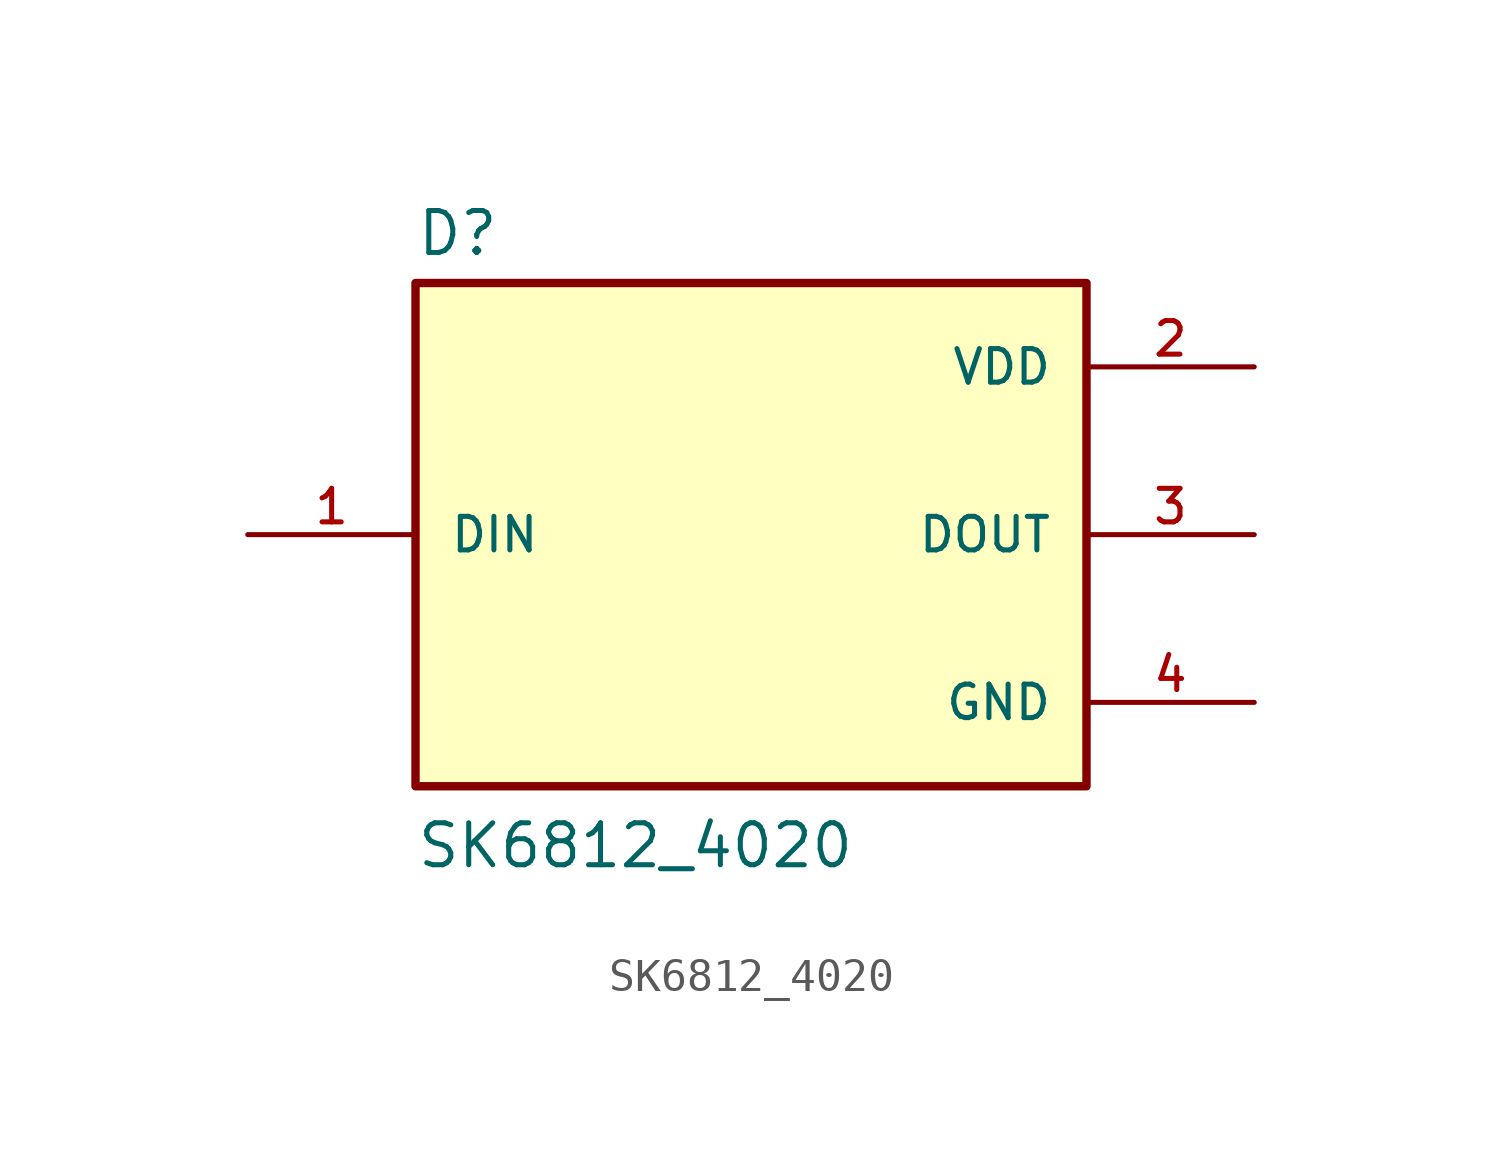
<source format=kicad_sym>
(kicad_symbol_lib
  (version 20231120)
  (generator "kicad_symbol_editor")
  (generator_version "8.0")
  (symbol "SK6812_4020"
    (pin_names
      (offset 1.016))
    (property "Reference" "D"
      (at -10.16 8.382 0)
      (effects (font (size 1.27 1.27)) (justify left bottom)))
    (property "Value" "SK6812_4020"
      (at -10.16 -10.16 0)
      (effects (font (size 1.27 1.27)) (justify left bottom)))
    (symbol "SK6812_4020_0_0"
      (rectangle (start -10.16 -7.62) (end 10.16 7.62) (stroke (width 0.254) (type default)) (fill (type background)))
      (pin input line (at -15.24 0 0) (length 5.08) (name "DIN" (effects (font (size 1.016 1.016)))) (number "1" (effects (font (size 1.016 1.016)))))
      (pin power_in line (at 15.24 5.08 180) (length 5.08) (name "VDD" (effects (font (size 1.016 1.016)))) (number "2" (effects (font (size 1.016 1.016)))))
      (pin output line (at 15.24 0 180) (length 5.08) (name "DOUT" (effects (font (size 1.016 1.016)))) (number "3" (effects (font (size 1.016 1.016)))))
      (pin power_in line (at 15.24 -5.08 180) (length 5.08) (name "GND" (effects (font (size 1.016 1.016)))) (number "4" (effects (font (size 1.016 1.016))))))))
</source>
